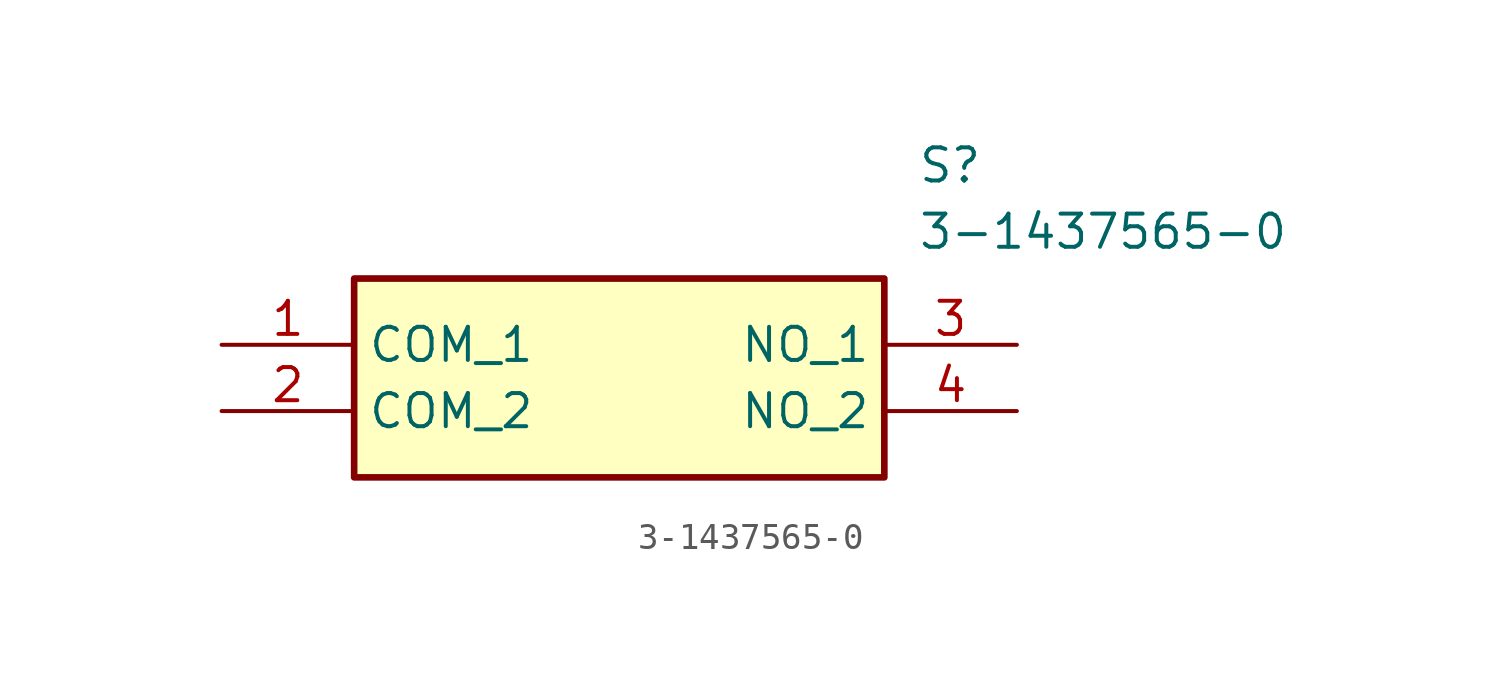
<source format=kicad_sym>
(kicad_symbol_lib
  (version 20211014)
  (generator SamacSys_ECAD_Model)
  (symbol "3-1437565-0"
    (property "Reference" "S"
      (at 26.67 7.62 0)
      (effects (font (size 1.27 1.27)) (justify left top)))
    (property "Value" "3-1437565-0"
      (at 26.67 5.08 0)
      (effects (font (size 1.27 1.27)) (justify left top)))
    (rectangle
      (start 5.08 2.54)
      (end 25.4 -5.08)
      (stroke (width 0.254) (type default))
      (fill (type background)))
    (pin passive line
      (at 0 0 0)
      (length 5.08)
      (name "COM_1" (effects (font (size 1.27 1.27))))
      (number "1" (effects (font (size 1.27 1.27)))))
    (pin passive line
      (at 0 -2.54 0)
      (length 5.08)
      (name "COM_2" (effects (font (size 1.27 1.27))))
      (number "2" (effects (font (size 1.27 1.27)))))
    (pin passive line
      (at 30.48 0 180)
      (length 5.08)
      (name "NO_1" (effects (font (size 1.27 1.27))))
      (number "3" (effects (font (size 1.27 1.27)))))
    (pin passive line
      (at 30.48 -2.54 180)
      (length 5.08)
      (name "NO_2" (effects (font (size 1.27 1.27))))
      (number "4" (effects (font (size 1.27 1.27)))))))
</source>
